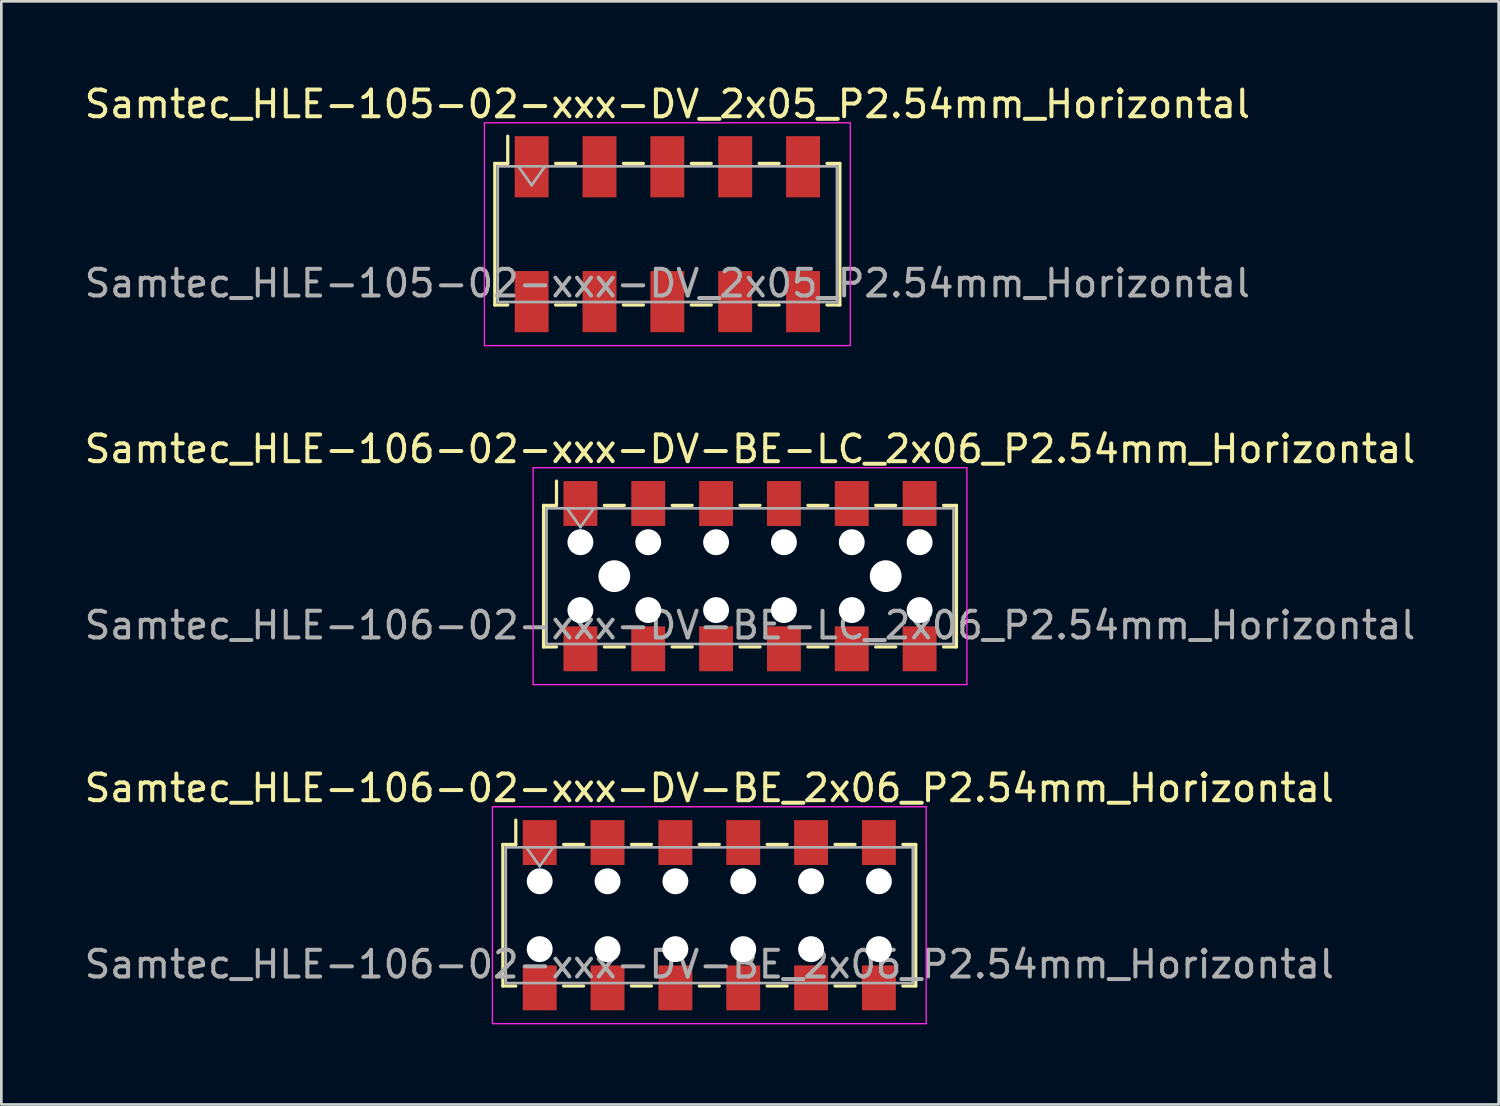
<source format=kicad_pcb>
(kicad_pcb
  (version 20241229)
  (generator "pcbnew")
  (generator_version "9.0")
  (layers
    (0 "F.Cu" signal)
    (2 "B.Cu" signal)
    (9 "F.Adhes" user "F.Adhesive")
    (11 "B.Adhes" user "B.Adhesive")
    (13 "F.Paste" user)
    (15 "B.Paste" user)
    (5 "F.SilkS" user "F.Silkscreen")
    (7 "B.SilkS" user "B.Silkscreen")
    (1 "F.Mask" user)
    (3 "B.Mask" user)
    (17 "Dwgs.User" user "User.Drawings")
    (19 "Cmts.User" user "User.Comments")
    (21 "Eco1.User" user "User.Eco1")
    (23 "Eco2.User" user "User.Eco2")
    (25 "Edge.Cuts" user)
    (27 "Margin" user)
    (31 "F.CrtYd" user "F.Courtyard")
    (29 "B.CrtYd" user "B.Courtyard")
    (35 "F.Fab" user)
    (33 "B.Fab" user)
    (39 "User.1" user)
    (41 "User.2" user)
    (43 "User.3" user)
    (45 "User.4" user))
  (footprint "Samtec_HLE-106-02-xxx-DV-BE-LC_2x06_P2.54mm_Horizontal"
    (layer "F.Cu")
    (at 25.03 18.521)
    (property "Reference" "Samtec_HLE-106-02-xxx-DV-BE-LC_2x06_P2.54mm_Horizontal" (at 0 -4.76 0) (layer "F.SilkS") (effects (font (size 1 1) (thickness 0.15))))
    (attr smd)
    (fp_line (start -7.73 -2.65) (end -7.73 2.65) (stroke (width 0.12) (type solid)) (layer "F.SilkS"))
    (fp_line (start -7.73 2.65) (end -7.245 2.65) (stroke (width 0.12) (type solid)) (layer "F.SilkS"))
    (fp_line (start -7.245 -3.56) (end -7.245 -2.65) (stroke (width 0.12) (type solid)) (layer "F.SilkS"))
    (fp_line (start -7.245 -2.65) (end -7.73 -2.65) (stroke (width 0.12) (type solid)) (layer "F.SilkS"))
    (fp_line (start -5.455 -2.65) (end -4.705 -2.65) (stroke (width 0.12) (type solid)) (layer "F.SilkS"))
    (fp_line (start -5.455 2.65) (end -4.705 2.65) (stroke (width 0.12) (type solid)) (layer "F.SilkS"))
    (fp_line (start -2.915 -2.65) (end -2.165 -2.65) (stroke (width 0.12) (type solid)) (layer "F.SilkS"))
    (fp_line (start -2.915 2.65) (end -2.165 2.65) (stroke (width 0.12) (type solid)) (layer "F.SilkS"))
    (fp_line (start -0.375 -2.65) (end 0.375 -2.65) (stroke (width 0.12) (type solid)) (layer "F.SilkS"))
    (fp_line (start -0.375 2.65) (end 0.375 2.65) (stroke (width 0.12) (type solid)) (layer "F.SilkS"))
    (fp_line (start 2.165 -2.65) (end 2.915 -2.65) (stroke (width 0.12) (type solid)) (layer "F.SilkS"))
    (fp_line (start 2.165 2.65) (end 2.915 2.65) (stroke (width 0.12) (type solid)) (layer "F.SilkS"))
    (fp_line (start 4.705 -2.65) (end 5.455 -2.65) (stroke (width 0.12) (type solid)) (layer "F.SilkS"))
    (fp_line (start 4.705 2.65) (end 5.455 2.65) (stroke (width 0.12) (type solid)) (layer "F.SilkS"))
    (fp_line (start 7.245 -2.65) (end 7.73 -2.65) (stroke (width 0.12) (type solid)) (layer "F.SilkS"))
    (fp_line (start 7.73 -2.65) (end 7.73 2.65) (stroke (width 0.12) (type solid)) (layer "F.SilkS"))
    (fp_line (start 7.73 2.65) (end 7.245 2.65) (stroke (width 0.12) (type solid)) (layer "F.SilkS"))
    (fp_line (start -8.12 -4.06) (end 8.12 -4.06) (stroke (width 0.05) (type solid)) (layer "F.CrtYd"))
    (fp_line (start -8.12 4.06) (end -8.12 -4.06) (stroke (width 0.05) (type solid)) (layer "F.CrtYd"))
    (fp_line (start 8.12 -4.06) (end 8.12 4.06) (stroke (width 0.05) (type solid)) (layer "F.CrtYd"))
    (fp_line (start 8.12 4.06) (end -8.12 4.06) (stroke (width 0.05) (type solid)) (layer "F.CrtYd"))
    (fp_line (start -7.62 -2.54) (end 7.62 -2.54) (stroke (width 0.1) (type solid)) (layer "F.Fab"))
    (fp_line (start -7.62 2.54) (end -7.62 -2.54) (stroke (width 0.1) (type solid)) (layer "F.Fab"))
    (fp_line (start -6.85 -2.54) (end -6.35 -1.833) (stroke (width 0.1) (type solid)) (layer "F.Fab"))
    (fp_line (start -6.35 -1.833) (end -5.85 -2.54) (stroke (width 0.1) (type solid)) (layer "F.Fab"))
    (fp_line (start 7.62 -2.54) (end 7.62 2.54) (stroke (width 0.1) (type solid)) (layer "F.Fab"))
    (fp_line (start 7.62 2.54) (end -7.62 2.54) (stroke (width 0.1) (type solid)) (layer "F.Fab"))
    (fp_text user "${REFERENCE}" (at 0 1.84 0) (layer "F.Fab") (effects (font (size 1 1) (thickness 0.15))))
    (pad "" np_thru_hole circle (at -6.35 -1.27) (size 0.97 0.97) (drill 0.97) (layers "*.Cu" "*.Mask"))
    (pad "" np_thru_hole circle (at -6.35 1.27) (size 0.97 0.97) (drill 0.97) (layers "*.Cu" "*.Mask"))
    (pad "" np_thru_hole circle (at -5.08 0) (size 1.19 1.19) (drill 1.19) (layers "*.Cu" "*.Mask"))
    (pad "" np_thru_hole circle (at -3.81 -1.27) (size 0.97 0.97) (drill 0.97) (layers "*.Cu" "*.Mask"))
    (pad "" np_thru_hole circle (at -3.81 1.27) (size 0.97 0.97) (drill 0.97) (layers "*.Cu" "*.Mask"))
    (pad "" np_thru_hole circle (at -1.27 -1.27) (size 0.97 0.97) (drill 0.97) (layers "*.Cu" "*.Mask"))
    (pad "" np_thru_hole circle (at -1.27 1.27) (size 0.97 0.97) (drill 0.97) (layers "*.Cu" "*.Mask"))
    (pad "" np_thru_hole circle (at 1.27 -1.27) (size 0.97 0.97) (drill 0.97) (layers "*.Cu" "*.Mask"))
    (pad "" np_thru_hole circle (at 1.27 1.27) (size 0.97 0.97) (drill 0.97) (layers "*.Cu" "*.Mask"))
    (pad "" np_thru_hole circle (at 3.81 -1.27) (size 0.97 0.97) (drill 0.97) (layers "*.Cu" "*.Mask"))
    (pad "" np_thru_hole circle (at 3.81 1.27) (size 0.97 0.97) (drill 0.97) (layers "*.Cu" "*.Mask"))
    (pad "" np_thru_hole circle (at 5.08 0) (size 1.19 1.19) (drill 1.19) (layers "*.Cu" "*.Mask"))
    (pad "" np_thru_hole circle (at 6.35 -1.27) (size 0.97 0.97) (drill 0.97) (layers "*.Cu" "*.Mask"))
    (pad "" np_thru_hole circle (at 6.35 1.27) (size 0.97 0.97) (drill 0.97) (layers "*.Cu" "*.Mask"))
    (pad "1" smd rect (at -6.35 -2.72) (size 1.27 1.68) (layers "F.Cu" "F.Mask" "F.Paste"))
    (pad "2" smd rect (at -6.35 2.72) (size 1.27 1.68) (layers "F.Cu" "F.Mask" "F.Paste"))
    (pad "3" smd rect (at -3.81 -2.72) (size 1.27 1.68) (layers "F.Cu" "F.Mask" "F.Paste"))
    (pad "4" smd rect (at -3.81 2.72) (size 1.27 1.68) (layers "F.Cu" "F.Mask" "F.Paste"))
    (pad "5" smd rect (at -1.27 -2.72) (size 1.27 1.68) (layers "F.Cu" "F.Mask" "F.Paste"))
    (pad "6" smd rect (at -1.27 2.72) (size 1.27 1.68) (layers "F.Cu" "F.Mask" "F.Paste"))
    (pad "7" smd rect (at 1.27 -2.72) (size 1.27 1.68) (layers "F.Cu" "F.Mask" "F.Paste"))
    (pad "8" smd rect (at 1.27 2.72) (size 1.27 1.68) (layers "F.Cu" "F.Mask" "F.Paste"))
    (pad "9" smd rect (at 3.81 -2.72) (size 1.27 1.68) (layers "F.Cu" "F.Mask" "F.Paste"))
    (pad "10" smd rect (at 3.81 2.72) (size 1.27 1.68) (layers "F.Cu" "F.Mask" "F.Paste"))
    (pad "11" smd rect (at 6.35 -2.72) (size 1.27 1.68) (layers "F.Cu" "F.Mask" "F.Paste"))
    (pad "12" smd rect (at 6.35 2.72) (size 1.27 1.68) (layers "F.Cu" "F.Mask" "F.Paste")))
  (footprint "Samtec_HLE-106-02-xxx-DV-BE_2x06_P2.54mm_Horizontal"
    (layer "F.Cu")
    (at 23.506 31.215)
    (property "Reference" "Samtec_HLE-106-02-xxx-DV-BE_2x06_P2.54mm_Horizontal" (at 0 -4.76 0) (layer "F.SilkS") (effects (font (size 1 1) (thickness 0.15))))
    (attr smd)
    (fp_line (start -7.73 -2.65) (end -7.73 2.65) (stroke (width 0.12) (type solid)) (layer "F.SilkS"))
    (fp_line (start -7.73 2.65) (end -7.245 2.65) (stroke (width 0.12) (type solid)) (layer "F.SilkS"))
    (fp_line (start -7.245 -3.56) (end -7.245 -2.65) (stroke (width 0.12) (type solid)) (layer "F.SilkS"))
    (fp_line (start -7.245 -2.65) (end -7.73 -2.65) (stroke (width 0.12) (type solid)) (layer "F.SilkS"))
    (fp_line (start -5.455 -2.65) (end -4.705 -2.65) (stroke (width 0.12) (type solid)) (layer "F.SilkS"))
    (fp_line (start -5.455 2.65) (end -4.705 2.65) (stroke (width 0.12) (type solid)) (layer "F.SilkS"))
    (fp_line (start -2.915 -2.65) (end -2.165 -2.65) (stroke (width 0.12) (type solid)) (layer "F.SilkS"))
    (fp_line (start -2.915 2.65) (end -2.165 2.65) (stroke (width 0.12) (type solid)) (layer "F.SilkS"))
    (fp_line (start -0.375 -2.65) (end 0.375 -2.65) (stroke (width 0.12) (type solid)) (layer "F.SilkS"))
    (fp_line (start -0.375 2.65) (end 0.375 2.65) (stroke (width 0.12) (type solid)) (layer "F.SilkS"))
    (fp_line (start 2.165 -2.65) (end 2.915 -2.65) (stroke (width 0.12) (type solid)) (layer "F.SilkS"))
    (fp_line (start 2.165 2.65) (end 2.915 2.65) (stroke (width 0.12) (type solid)) (layer "F.SilkS"))
    (fp_line (start 4.705 -2.65) (end 5.455 -2.65) (stroke (width 0.12) (type solid)) (layer "F.SilkS"))
    (fp_line (start 4.705 2.65) (end 5.455 2.65) (stroke (width 0.12) (type solid)) (layer "F.SilkS"))
    (fp_line (start 7.245 -2.65) (end 7.73 -2.65) (stroke (width 0.12) (type solid)) (layer "F.SilkS"))
    (fp_line (start 7.73 -2.65) (end 7.73 2.65) (stroke (width 0.12) (type solid)) (layer "F.SilkS"))
    (fp_line (start 7.73 2.65) (end 7.245 2.65) (stroke (width 0.12) (type solid)) (layer "F.SilkS"))
    (fp_line (start -8.12 -4.06) (end 8.12 -4.06) (stroke (width 0.05) (type solid)) (layer "F.CrtYd"))
    (fp_line (start -8.12 4.06) (end -8.12 -4.06) (stroke (width 0.05) (type solid)) (layer "F.CrtYd"))
    (fp_line (start 8.12 -4.06) (end 8.12 4.06) (stroke (width 0.05) (type solid)) (layer "F.CrtYd"))
    (fp_line (start 8.12 4.06) (end -8.12 4.06) (stroke (width 0.05) (type solid)) (layer "F.CrtYd"))
    (fp_line (start -7.62 -2.54) (end 7.62 -2.54) (stroke (width 0.1) (type solid)) (layer "F.Fab"))
    (fp_line (start -7.62 2.54) (end -7.62 -2.54) (stroke (width 0.1) (type solid)) (layer "F.Fab"))
    (fp_line (start -6.85 -2.54) (end -6.35 -1.833) (stroke (width 0.1) (type solid)) (layer "F.Fab"))
    (fp_line (start -6.35 -1.833) (end -5.85 -2.54) (stroke (width 0.1) (type solid)) (layer "F.Fab"))
    (fp_line (start 7.62 -2.54) (end 7.62 2.54) (stroke (width 0.1) (type solid)) (layer "F.Fab"))
    (fp_line (start 7.62 2.54) (end -7.62 2.54) (stroke (width 0.1) (type solid)) (layer "F.Fab"))
    (fp_text user "${REFERENCE}" (at 0 1.84 0) (layer "F.Fab") (effects (font (size 1 1) (thickness 0.15))))
    (pad "" np_thru_hole circle (at -6.35 -1.27) (size 0.97 0.97) (drill 0.97) (layers "*.Cu" "*.Mask"))
    (pad "" np_thru_hole circle (at -6.35 1.27) (size 0.97 0.97) (drill 0.97) (layers "*.Cu" "*.Mask"))
    (pad "" np_thru_hole circle (at -3.81 -1.27) (size 0.97 0.97) (drill 0.97) (layers "*.Cu" "*.Mask"))
    (pad "" np_thru_hole circle (at -3.81 1.27) (size 0.97 0.97) (drill 0.97) (layers "*.Cu" "*.Mask"))
    (pad "" np_thru_hole circle (at -1.27 -1.27) (size 0.97 0.97) (drill 0.97) (layers "*.Cu" "*.Mask"))
    (pad "" np_thru_hole circle (at -1.27 1.27) (size 0.97 0.97) (drill 0.97) (layers "*.Cu" "*.Mask"))
    (pad "" np_thru_hole circle (at 1.27 -1.27) (size 0.97 0.97) (drill 0.97) (layers "*.Cu" "*.Mask"))
    (pad "" np_thru_hole circle (at 1.27 1.27) (size 0.97 0.97) (drill 0.97) (layers "*.Cu" "*.Mask"))
    (pad "" np_thru_hole circle (at 3.81 -1.27) (size 0.97 0.97) (drill 0.97) (layers "*.Cu" "*.Mask"))
    (pad "" np_thru_hole circle (at 3.81 1.27) (size 0.97 0.97) (drill 0.97) (layers "*.Cu" "*.Mask"))
    (pad "" np_thru_hole circle (at 6.35 -1.27) (size 0.97 0.97) (drill 0.97) (layers "*.Cu" "*.Mask"))
    (pad "" np_thru_hole circle (at 6.35 1.27) (size 0.97 0.97) (drill 0.97) (layers "*.Cu" "*.Mask"))
    (pad "1" smd rect (at -6.35 -2.72) (size 1.27 1.68) (layers "F.Cu" "F.Mask" "F.Paste"))
    (pad "2" smd rect (at -6.35 2.72) (size 1.27 1.68) (layers "F.Cu" "F.Mask" "F.Paste"))
    (pad "3" smd rect (at -3.81 -2.72) (size 1.27 1.68) (layers "F.Cu" "F.Mask" "F.Paste"))
    (pad "4" smd rect (at -3.81 2.72) (size 1.27 1.68) (layers "F.Cu" "F.Mask" "F.Paste"))
    (pad "5" smd rect (at -1.27 -2.72) (size 1.27 1.68) (layers "F.Cu" "F.Mask" "F.Paste"))
    (pad "6" smd rect (at -1.27 2.72) (size 1.27 1.68) (layers "F.Cu" "F.Mask" "F.Paste"))
    (pad "7" smd rect (at 1.27 -2.72) (size 1.27 1.68) (layers "F.Cu" "F.Mask" "F.Paste"))
    (pad "8" smd rect (at 1.27 2.72) (size 1.27 1.68) (layers "F.Cu" "F.Mask" "F.Paste"))
    (pad "9" smd rect (at 3.81 -2.72) (size 1.27 1.68) (layers "F.Cu" "F.Mask" "F.Paste"))
    (pad "10" smd rect (at 3.81 2.72) (size 1.27 1.68) (layers "F.Cu" "F.Mask" "F.Paste"))
    (pad "11" smd rect (at 6.35 -2.72) (size 1.27 1.68) (layers "F.Cu" "F.Mask" "F.Paste"))
    (pad "12" smd rect (at 6.35 2.72) (size 1.27 1.68) (layers "F.Cu" "F.Mask" "F.Paste")))
  (footprint "Samtec_HLE-105-02-xxx-DV_2x05_P2.54mm_Horizontal"
    (layer "F.Cu")
    (at 21.935 5.718)
    (property "Reference" "Samtec_HLE-105-02-xxx-DV_2x05_P2.54mm_Horizontal" (at 0 -4.87 0) (layer "F.SilkS") (effects (font (size 1 1) (thickness 0.15))))
    (attr smd)
    (fp_line (start -6.46 -2.65) (end -6.46 2.65) (stroke (width 0.12) (type solid)) (layer "F.SilkS"))
    (fp_line (start -6.46 2.65) (end -5.975 2.65) (stroke (width 0.12) (type solid)) (layer "F.SilkS"))
    (fp_line (start -5.975 -3.67) (end -5.975 -2.65) (stroke (width 0.12) (type solid)) (layer "F.SilkS"))
    (fp_line (start -5.975 -2.65) (end -6.46 -2.65) (stroke (width 0.12) (type solid)) (layer "F.SilkS"))
    (fp_line (start -4.185 -2.65) (end -3.435 -2.65) (stroke (width 0.12) (type solid)) (layer "F.SilkS"))
    (fp_line (start -4.185 2.65) (end -3.435 2.65) (stroke (width 0.12) (type solid)) (layer "F.SilkS"))
    (fp_line (start -1.645 -2.65) (end -0.895 -2.65) (stroke (width 0.12) (type solid)) (layer "F.SilkS"))
    (fp_line (start -1.645 2.65) (end -0.895 2.65) (stroke (width 0.12) (type solid)) (layer "F.SilkS"))
    (fp_line (start 0.895 -2.65) (end 1.645 -2.65) (stroke (width 0.12) (type solid)) (layer "F.SilkS"))
    (fp_line (start 0.895 2.65) (end 1.645 2.65) (stroke (width 0.12) (type solid)) (layer "F.SilkS"))
    (fp_line (start 3.435 -2.65) (end 4.185 -2.65) (stroke (width 0.12) (type solid)) (layer "F.SilkS"))
    (fp_line (start 3.435 2.65) (end 4.185 2.65) (stroke (width 0.12) (type solid)) (layer "F.SilkS"))
    (fp_line (start 5.975 -2.65) (end 6.46 -2.65) (stroke (width 0.12) (type solid)) (layer "F.SilkS"))
    (fp_line (start 6.46 -2.65) (end 6.46 2.65) (stroke (width 0.12) (type solid)) (layer "F.SilkS"))
    (fp_line (start 6.46 2.65) (end 5.975 2.65) (stroke (width 0.12) (type solid)) (layer "F.SilkS"))
    (fp_line (start -6.85 -4.17) (end 6.85 -4.17) (stroke (width 0.05) (type solid)) (layer "F.CrtYd"))
    (fp_line (start -6.85 4.17) (end -6.85 -4.17) (stroke (width 0.05) (type solid)) (layer "F.CrtYd"))
    (fp_line (start 6.85 -4.17) (end 6.85 4.17) (stroke (width 0.05) (type solid)) (layer "F.CrtYd"))
    (fp_line (start 6.85 4.17) (end -6.85 4.17) (stroke (width 0.05) (type solid)) (layer "F.CrtYd"))
    (fp_line (start -6.35 -2.54) (end 6.35 -2.54) (stroke (width 0.1) (type solid)) (layer "F.Fab"))
    (fp_line (start -6.35 2.54) (end -6.35 -2.54) (stroke (width 0.1) (type solid)) (layer "F.Fab"))
    (fp_line (start -5.58 -2.54) (end -5.08 -1.833) (stroke (width 0.1) (type solid)) (layer "F.Fab"))
    (fp_line (start -5.08 -1.833) (end -4.58 -2.54) (stroke (width 0.1) (type solid)) (layer "F.Fab"))
    (fp_line (start 6.35 -2.54) (end 6.35 2.54) (stroke (width 0.1) (type solid)) (layer "F.Fab"))
    (fp_line (start 6.35 2.54) (end -6.35 2.54) (stroke (width 0.1) (type solid)) (layer "F.Fab"))
    (fp_text user "${REFERENCE}" (at 0 1.84 0) (layer "F.Fab") (effects (font (size 1 1) (thickness 0.15))))
    (pad "1" smd rect (at -5.08 -2.525) (size 1.27 2.29) (layers "F.Cu" "F.Mask" "F.Paste"))
    (pad "2" smd rect (at -5.08 2.525) (size 1.27 2.29) (layers "F.Cu" "F.Mask" "F.Paste"))
    (pad "3" smd rect (at -2.54 -2.525) (size 1.27 2.29) (layers "F.Cu" "F.Mask" "F.Paste"))
    (pad "4" smd rect (at -2.54 2.525) (size 1.27 2.29) (layers "F.Cu" "F.Mask" "F.Paste"))
    (pad "5" smd rect (at 0 -2.525) (size 1.27 2.29) (layers "F.Cu" "F.Mask" "F.Paste"))
    (pad "6" smd rect (at 0 2.525) (size 1.27 2.29) (layers "F.Cu" "F.Mask" "F.Paste"))
    (pad "7" smd rect (at 2.54 -2.525) (size 1.27 2.29) (layers "F.Cu" "F.Mask" "F.Paste"))
    (pad "8" smd rect (at 2.54 2.525) (size 1.27 2.29) (layers "F.Cu" "F.Mask" "F.Paste"))
    (pad "9" smd rect (at 5.08 -2.525) (size 1.27 2.29) (layers "F.Cu" "F.Mask" "F.Paste"))
    (pad "10" smd rect (at 5.08 2.525) (size 1.27 2.29) (layers "F.Cu" "F.Mask" "F.Paste")))
  (gr_rect
    (start -3 -3)
    (end 53.06 38.3)
    (stroke (width 0.1) (type default))
    (fill no)
    (layer "Edge.Cuts")))
</source>
